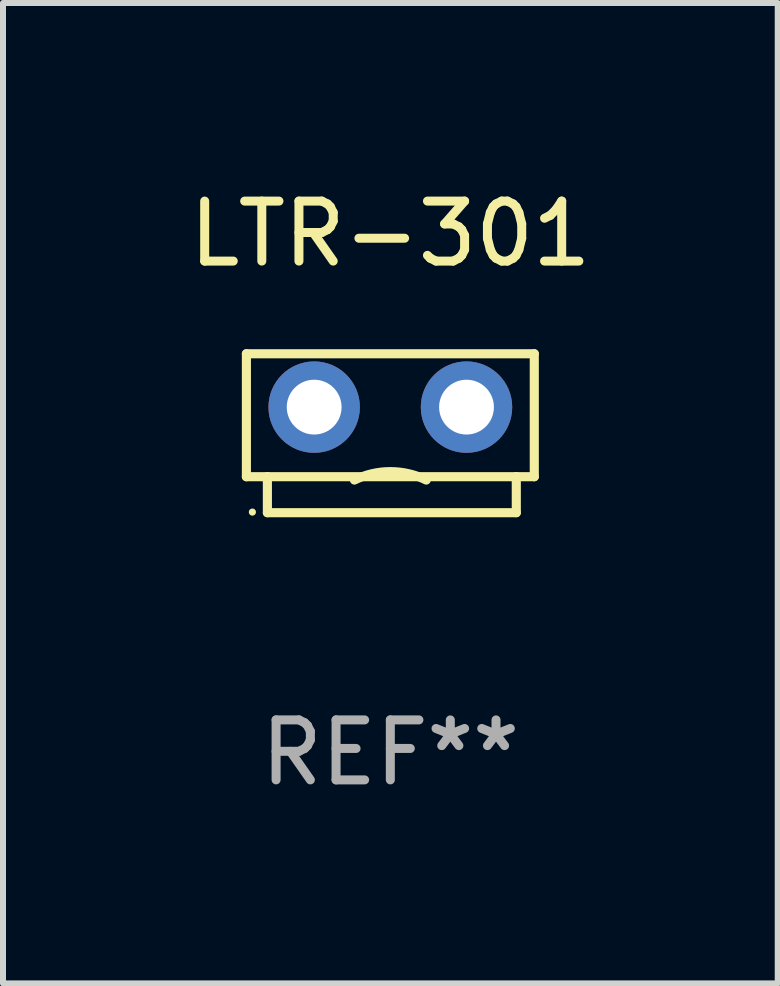
<source format=kicad_pcb>
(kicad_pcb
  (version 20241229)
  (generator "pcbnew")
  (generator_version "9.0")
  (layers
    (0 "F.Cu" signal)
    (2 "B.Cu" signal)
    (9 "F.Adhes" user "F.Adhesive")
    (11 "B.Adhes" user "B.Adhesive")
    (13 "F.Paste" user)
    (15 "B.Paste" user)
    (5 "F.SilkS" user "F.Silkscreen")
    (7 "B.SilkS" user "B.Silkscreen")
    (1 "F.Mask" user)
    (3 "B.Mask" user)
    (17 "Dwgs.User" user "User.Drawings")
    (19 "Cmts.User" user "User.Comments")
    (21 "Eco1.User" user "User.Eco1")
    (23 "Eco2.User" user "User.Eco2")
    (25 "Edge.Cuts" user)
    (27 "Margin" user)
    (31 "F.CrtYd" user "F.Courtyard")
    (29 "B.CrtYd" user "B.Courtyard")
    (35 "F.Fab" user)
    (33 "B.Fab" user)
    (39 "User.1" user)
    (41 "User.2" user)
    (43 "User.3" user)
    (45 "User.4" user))
  (footprint "LTR-301"
    (layer "F.Cu")
    (at 3.458 4.173)
    (property "Reference" "LTR-301" (at 0 -3.325 0) (layer "F.SilkS") (effects (font (size 1 1) (thickness 0.15))))
    (attr through_hole)
    (fp_line (start -2.4 -1.325) (end -2.4 0.725) (stroke (width 0.152) (type solid)) (layer "F.SilkS"))
    (fp_line (start -2.4 0.725) (end -2.05 0.725) (stroke (width 0.152) (type solid)) (layer "F.SilkS"))
    (fp_line (start -2.05 0.725) (end -2.05 1.325) (stroke (width 0.152) (type solid)) (layer "F.SilkS"))
    (fp_line (start -2.05 0.725) (end 2.1 0.725) (stroke (width 0.152) (type solid)) (layer "F.SilkS"))
    (fp_line (start -2.05 1.325) (end 2.1 1.325) (stroke (width 0.152) (type solid)) (layer "F.SilkS"))
    (fp_line (start 2.1 0.725) (end 2.4 0.725) (stroke (width 0.152) (type solid)) (layer "F.SilkS"))
    (fp_line (start 2.1 1.325) (end 2.1 0.725) (stroke (width 0.152) (type solid)) (layer "F.SilkS"))
    (fp_line (start 2.4 -1.325) (end -2.4 -1.325) (stroke (width 0.152) (type solid)) (layer "F.SilkS"))
    (fp_line (start 2.4 0.725) (end 2.4 -1.325) (stroke (width 0.152) (type solid)) (layer "F.SilkS"))
    (fp_arc (start -0.599035 0.78062) (mid 0 0.640177) (end 0.599035 0.78062) (stroke (width 0.151994) (type solid)) (layer "F.SilkS"))
    (fp_circle (center -2.3 1.315) (end -2.27 1.315) (stroke (width 0.06) (type solid)) (fill no) (layer "F.SilkS"))
    (fp_text user "REF**" (at 0 5.325 0) (layer "F.Fab") (effects (font (size 1 1) (thickness 0.15))))
    (pad "1" thru_hole circle (at -1.27 -0.435) (size 1.524 1.524) (drill 0.914) (layers "*.Cu" "*.Mask"))
    (pad "2" thru_hole circle (at 1.27 -0.435) (size 1.524 1.524) (drill 0.914) (layers "*.Cu" "*.Mask")))
  (gr_rect
    (start -3 -3)
    (end 9.917 13.346)
    (stroke (width 0.1) (type default))
    (fill no)
    (layer "Edge.Cuts")))
</source>
